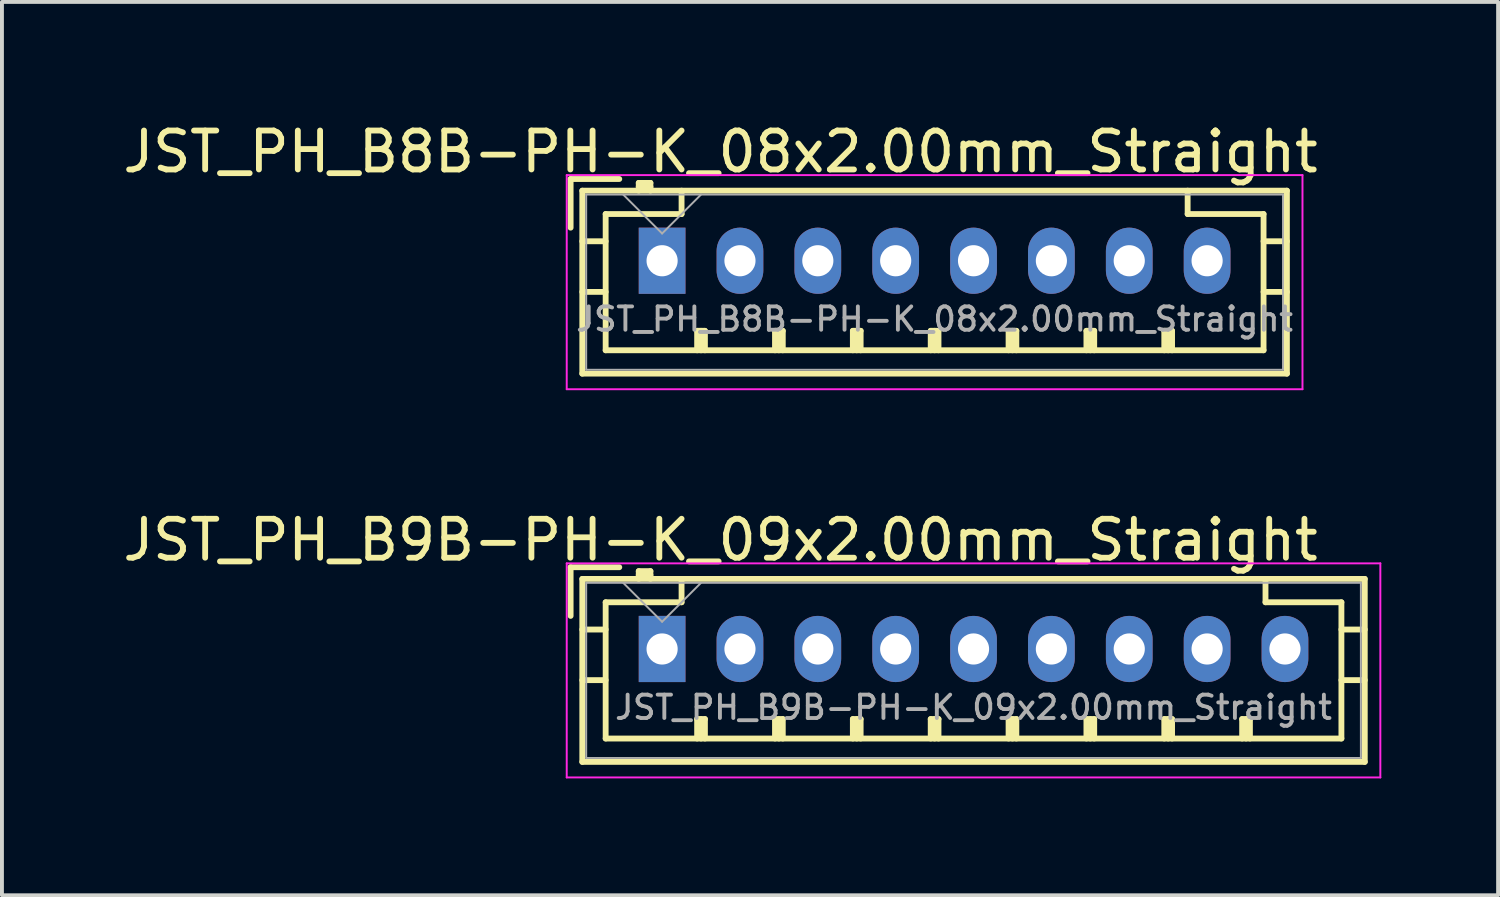
<source format=kicad_pcb>
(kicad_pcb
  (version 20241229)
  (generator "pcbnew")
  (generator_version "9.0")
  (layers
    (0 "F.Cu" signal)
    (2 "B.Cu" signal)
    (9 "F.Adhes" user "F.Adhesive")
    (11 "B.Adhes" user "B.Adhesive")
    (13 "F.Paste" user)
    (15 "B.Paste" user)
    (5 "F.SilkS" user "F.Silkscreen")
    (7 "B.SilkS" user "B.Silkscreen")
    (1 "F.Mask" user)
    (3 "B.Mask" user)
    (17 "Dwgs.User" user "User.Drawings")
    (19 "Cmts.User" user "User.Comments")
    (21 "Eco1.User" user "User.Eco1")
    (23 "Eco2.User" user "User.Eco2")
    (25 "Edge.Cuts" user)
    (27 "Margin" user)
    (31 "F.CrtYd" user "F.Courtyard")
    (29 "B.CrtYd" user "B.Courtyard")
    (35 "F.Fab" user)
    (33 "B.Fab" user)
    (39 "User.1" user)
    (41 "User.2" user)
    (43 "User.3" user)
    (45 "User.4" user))
  (footprint "JST_PH_B9B-PH-K_09x2.00mm_Straight"
    (layer "F.Cu")
    (at 13.958 13.621)
    (property "Reference" "JST_PH_B9B-PH-K_09x2.00mm_Straight" (at 8 1.5 0) (layer "F.Fab") (effects (font (size 0.6 0.6) (thickness 0.1))))
    (attr through_hole)
    (fp_line (start -2.35 -2.1) (end -2.35 -0.85) (stroke (width 0.15) (type solid)) (layer "F.SilkS"))
    (fp_line (start -2.05 -1.8) (end -2.05 2.9) (stroke (width 0.15) (type solid)) (layer "F.SilkS"))
    (fp_line (start -2.05 -0.5) (end -1.45 -0.5) (stroke (width 0.15) (type solid)) (layer "F.SilkS"))
    (fp_line (start -2.05 0.8) (end -1.45 0.8) (stroke (width 0.15) (type solid)) (layer "F.SilkS"))
    (fp_line (start -2.05 2.9) (end 18.05 2.9) (stroke (width 0.15) (type solid)) (layer "F.SilkS"))
    (fp_line (start -1.45 -1.2) (end -1.45 2.3) (stroke (width 0.15) (type solid)) (layer "F.SilkS"))
    (fp_line (start -1.45 2.3) (end 17.45 2.3) (stroke (width 0.15) (type solid)) (layer "F.SilkS"))
    (fp_line (start -1.1 -2.1) (end -2.35 -2.1) (stroke (width 0.15) (type solid)) (layer "F.SilkS"))
    (fp_line (start -0.6 -2) (end -0.6 -1.8) (stroke (width 0.15) (type solid)) (layer "F.SilkS"))
    (fp_line (start -0.3 -2) (end -0.6 -2) (stroke (width 0.15) (type solid)) (layer "F.SilkS"))
    (fp_line (start -0.3 -1.9) (end -0.6 -1.9) (stroke (width 0.15) (type solid)) (layer "F.SilkS"))
    (fp_line (start -0.3 -1.8) (end -0.3 -2) (stroke (width 0.15) (type solid)) (layer "F.SilkS"))
    (fp_line (start 0.5 -1.8) (end 0.5 -1.2) (stroke (width 0.15) (type solid)) (layer "F.SilkS"))
    (fp_line (start 0.5 -1.2) (end -1.45 -1.2) (stroke (width 0.15) (type solid)) (layer "F.SilkS"))
    (fp_line (start 0.9 1.8) (end 1.1 1.8) (stroke (width 0.15) (type solid)) (layer "F.SilkS"))
    (fp_line (start 0.9 2.3) (end 0.9 1.8) (stroke (width 0.15) (type solid)) (layer "F.SilkS"))
    (fp_line (start 1 2.3) (end 1 1.8) (stroke (width 0.15) (type solid)) (layer "F.SilkS"))
    (fp_line (start 1.1 1.8) (end 1.1 2.3) (stroke (width 0.15) (type solid)) (layer "F.SilkS"))
    (fp_line (start 2.9 1.8) (end 3.1 1.8) (stroke (width 0.15) (type solid)) (layer "F.SilkS"))
    (fp_line (start 2.9 2.3) (end 2.9 1.8) (stroke (width 0.15) (type solid)) (layer "F.SilkS"))
    (fp_line (start 3 2.3) (end 3 1.8) (stroke (width 0.15) (type solid)) (layer "F.SilkS"))
    (fp_line (start 3.1 1.8) (end 3.1 2.3) (stroke (width 0.15) (type solid)) (layer "F.SilkS"))
    (fp_line (start 4.9 1.8) (end 5.1 1.8) (stroke (width 0.15) (type solid)) (layer "F.SilkS"))
    (fp_line (start 4.9 2.3) (end 4.9 1.8) (stroke (width 0.15) (type solid)) (layer "F.SilkS"))
    (fp_line (start 5 2.3) (end 5 1.8) (stroke (width 0.15) (type solid)) (layer "F.SilkS"))
    (fp_line (start 5.1 1.8) (end 5.1 2.3) (stroke (width 0.15) (type solid)) (layer "F.SilkS"))
    (fp_line (start 6.9 1.8) (end 7.1 1.8) (stroke (width 0.15) (type solid)) (layer "F.SilkS"))
    (fp_line (start 6.9 2.3) (end 6.9 1.8) (stroke (width 0.15) (type solid)) (layer "F.SilkS"))
    (fp_line (start 7 2.3) (end 7 1.8) (stroke (width 0.15) (type solid)) (layer "F.SilkS"))
    (fp_line (start 7.1 1.8) (end 7.1 2.3) (stroke (width 0.15) (type solid)) (layer "F.SilkS"))
    (fp_line (start 8.9 1.8) (end 9.1 1.8) (stroke (width 0.15) (type solid)) (layer "F.SilkS"))
    (fp_line (start 8.9 2.3) (end 8.9 1.8) (stroke (width 0.15) (type solid)) (layer "F.SilkS"))
    (fp_line (start 9 2.3) (end 9 1.8) (stroke (width 0.15) (type solid)) (layer "F.SilkS"))
    (fp_line (start 9.1 1.8) (end 9.1 2.3) (stroke (width 0.15) (type solid)) (layer "F.SilkS"))
    (fp_line (start 10.9 1.8) (end 11.1 1.8) (stroke (width 0.15) (type solid)) (layer "F.SilkS"))
    (fp_line (start 10.9 2.3) (end 10.9 1.8) (stroke (width 0.15) (type solid)) (layer "F.SilkS"))
    (fp_line (start 11 2.3) (end 11 1.8) (stroke (width 0.15) (type solid)) (layer "F.SilkS"))
    (fp_line (start 11.1 1.8) (end 11.1 2.3) (stroke (width 0.15) (type solid)) (layer "F.SilkS"))
    (fp_line (start 12.9 1.8) (end 13.1 1.8) (stroke (width 0.15) (type solid)) (layer "F.SilkS"))
    (fp_line (start 12.9 2.3) (end 12.9 1.8) (stroke (width 0.15) (type solid)) (layer "F.SilkS"))
    (fp_line (start 13 2.3) (end 13 1.8) (stroke (width 0.15) (type solid)) (layer "F.SilkS"))
    (fp_line (start 13.1 1.8) (end 13.1 2.3) (stroke (width 0.15) (type solid)) (layer "F.SilkS"))
    (fp_line (start 14.9 1.8) (end 15.1 1.8) (stroke (width 0.15) (type solid)) (layer "F.SilkS"))
    (fp_line (start 14.9 2.3) (end 14.9 1.8) (stroke (width 0.15) (type solid)) (layer "F.SilkS"))
    (fp_line (start 15 2.3) (end 15 1.8) (stroke (width 0.15) (type solid)) (layer "F.SilkS"))
    (fp_line (start 15.1 1.8) (end 15.1 2.3) (stroke (width 0.15) (type solid)) (layer "F.SilkS"))
    (fp_line (start 15.5 -1.2) (end 15.5 -1.8) (stroke (width 0.15) (type solid)) (layer "F.SilkS"))
    (fp_line (start 17.45 -1.2) (end 15.5 -1.2) (stroke (width 0.15) (type solid)) (layer "F.SilkS"))
    (fp_line (start 17.45 2.3) (end 17.45 -1.2) (stroke (width 0.15) (type solid)) (layer "F.SilkS"))
    (fp_line (start 18.05 -1.8) (end -2.05 -1.8) (stroke (width 0.15) (type solid)) (layer "F.SilkS"))
    (fp_line (start 18.05 -0.5) (end 17.45 -0.5) (stroke (width 0.15) (type solid)) (layer "F.SilkS"))
    (fp_line (start 18.05 0.8) (end 17.45 0.8) (stroke (width 0.15) (type solid)) (layer "F.SilkS"))
    (fp_line (start 18.05 2.9) (end 18.05 -1.8) (stroke (width 0.15) (type solid)) (layer "F.SilkS"))
    (fp_line (start -2.45 -2.2) (end -2.45 3.3) (stroke (width 0.05) (type solid)) (layer "F.CrtYd"))
    (fp_line (start -2.45 3.3) (end 18.45 3.3) (stroke (width 0.05) (type solid)) (layer "F.CrtYd"))
    (fp_line (start 18.45 -2.2) (end -2.45 -2.2) (stroke (width 0.05) (type solid)) (layer "F.CrtYd"))
    (fp_line (start 18.45 3.3) (end 18.45 -2.2) (stroke (width 0.05) (type solid)) (layer "F.CrtYd"))
    (fp_line (start -1.95 -1.7) (end -1.95 2.8) (stroke (width 0.05) (type solid)) (layer "F.Fab"))
    (fp_line (start -1.95 2.8) (end 17.95 2.8) (stroke (width 0.05) (type solid)) (layer "F.Fab"))
    (fp_line (start -1 -1.7) (end 0 -0.7) (stroke (width 0.05) (type solid)) (layer "F.Fab"))
    (fp_line (start 0 -0.7) (end 1 -1.7) (stroke (width 0.05) (type solid)) (layer "F.Fab"))
    (fp_line (start 17.95 -1.7) (end -1.95 -1.7) (stroke (width 0.05) (type solid)) (layer "F.Fab"))
    (fp_line (start 17.95 2.8) (end 17.95 -1.7) (stroke (width 0.05) (type solid)) (layer "F.Fab"))
    (fp_text user "${REFERENCE}" (at 1.5 -2.8 0) (layer "F.SilkS") (effects (font (size 1 1) (thickness 0.15))))
    (pad "1" thru_hole rect (at 0 0) (size 1.2 1.7) (drill 0.8) (layers "*.Cu" "*.Mask"))
    (pad "2" thru_hole oval (at 2 0) (size 1.2 1.7) (drill 0.8) (layers "*.Cu" "*.Mask"))
    (pad "3" thru_hole oval (at 4 0) (size 1.2 1.7) (drill 0.8) (layers "*.Cu" "*.Mask"))
    (pad "4" thru_hole oval (at 6 0) (size 1.2 1.7) (drill 0.8) (layers "*.Cu" "*.Mask"))
    (pad "5" thru_hole oval (at 8 0) (size 1.2 1.7) (drill 0.8) (layers "*.Cu" "*.Mask"))
    (pad "6" thru_hole oval (at 10 0) (size 1.2 1.7) (drill 0.8) (layers "*.Cu" "*.Mask"))
    (pad "7" thru_hole oval (at 12 0) (size 1.2 1.7) (drill 0.8) (layers "*.Cu" "*.Mask"))
    (pad "8" thru_hole oval (at 14 0) (size 1.2 1.7) (drill 0.8) (layers "*.Cu" "*.Mask"))
    (pad "9" thru_hole oval (at 16 0) (size 1.2 1.7) (drill 0.8) (layers "*.Cu" "*.Mask")))
  (footprint "JST_PH_B8B-PH-K_08x2.00mm_Straight"
    (layer "F.Cu")
    (at 13.958 3.648)
    (property "Reference" "JST_PH_B8B-PH-K_08x2.00mm_Straight" (at 7 1.5 0) (layer "F.Fab") (effects (font (size 0.6 0.6) (thickness 0.1))))
    (attr through_hole)
    (fp_line (start -2.35 -2.1) (end -2.35 -0.85) (stroke (width 0.15) (type solid)) (layer "F.SilkS"))
    (fp_line (start -2.05 -1.8) (end -2.05 2.9) (stroke (width 0.15) (type solid)) (layer "F.SilkS"))
    (fp_line (start -2.05 -0.5) (end -1.45 -0.5) (stroke (width 0.15) (type solid)) (layer "F.SilkS"))
    (fp_line (start -2.05 0.8) (end -1.45 0.8) (stroke (width 0.15) (type solid)) (layer "F.SilkS"))
    (fp_line (start -2.05 2.9) (end 16.05 2.9) (stroke (width 0.15) (type solid)) (layer "F.SilkS"))
    (fp_line (start -1.45 -1.2) (end -1.45 2.3) (stroke (width 0.15) (type solid)) (layer "F.SilkS"))
    (fp_line (start -1.45 2.3) (end 15.45 2.3) (stroke (width 0.15) (type solid)) (layer "F.SilkS"))
    (fp_line (start -1.1 -2.1) (end -2.35 -2.1) (stroke (width 0.15) (type solid)) (layer "F.SilkS"))
    (fp_line (start -0.6 -2) (end -0.6 -1.8) (stroke (width 0.15) (type solid)) (layer "F.SilkS"))
    (fp_line (start -0.3 -2) (end -0.6 -2) (stroke (width 0.15) (type solid)) (layer "F.SilkS"))
    (fp_line (start -0.3 -1.9) (end -0.6 -1.9) (stroke (width 0.15) (type solid)) (layer "F.SilkS"))
    (fp_line (start -0.3 -1.8) (end -0.3 -2) (stroke (width 0.15) (type solid)) (layer "F.SilkS"))
    (fp_line (start 0.5 -1.8) (end 0.5 -1.2) (stroke (width 0.15) (type solid)) (layer "F.SilkS"))
    (fp_line (start 0.5 -1.2) (end -1.45 -1.2) (stroke (width 0.15) (type solid)) (layer "F.SilkS"))
    (fp_line (start 0.9 1.8) (end 1.1 1.8) (stroke (width 0.15) (type solid)) (layer "F.SilkS"))
    (fp_line (start 0.9 2.3) (end 0.9 1.8) (stroke (width 0.15) (type solid)) (layer "F.SilkS"))
    (fp_line (start 1 2.3) (end 1 1.8) (stroke (width 0.15) (type solid)) (layer "F.SilkS"))
    (fp_line (start 1.1 1.8) (end 1.1 2.3) (stroke (width 0.15) (type solid)) (layer "F.SilkS"))
    (fp_line (start 2.9 1.8) (end 3.1 1.8) (stroke (width 0.15) (type solid)) (layer "F.SilkS"))
    (fp_line (start 2.9 2.3) (end 2.9 1.8) (stroke (width 0.15) (type solid)) (layer "F.SilkS"))
    (fp_line (start 3 2.3) (end 3 1.8) (stroke (width 0.15) (type solid)) (layer "F.SilkS"))
    (fp_line (start 3.1 1.8) (end 3.1 2.3) (stroke (width 0.15) (type solid)) (layer "F.SilkS"))
    (fp_line (start 4.9 1.8) (end 5.1 1.8) (stroke (width 0.15) (type solid)) (layer "F.SilkS"))
    (fp_line (start 4.9 2.3) (end 4.9 1.8) (stroke (width 0.15) (type solid)) (layer "F.SilkS"))
    (fp_line (start 5 2.3) (end 5 1.8) (stroke (width 0.15) (type solid)) (layer "F.SilkS"))
    (fp_line (start 5.1 1.8) (end 5.1 2.3) (stroke (width 0.15) (type solid)) (layer "F.SilkS"))
    (fp_line (start 6.9 1.8) (end 7.1 1.8) (stroke (width 0.15) (type solid)) (layer "F.SilkS"))
    (fp_line (start 6.9 2.3) (end 6.9 1.8) (stroke (width 0.15) (type solid)) (layer "F.SilkS"))
    (fp_line (start 7 2.3) (end 7 1.8) (stroke (width 0.15) (type solid)) (layer "F.SilkS"))
    (fp_line (start 7.1 1.8) (end 7.1 2.3) (stroke (width 0.15) (type solid)) (layer "F.SilkS"))
    (fp_line (start 8.9 1.8) (end 9.1 1.8) (stroke (width 0.15) (type solid)) (layer "F.SilkS"))
    (fp_line (start 8.9 2.3) (end 8.9 1.8) (stroke (width 0.15) (type solid)) (layer "F.SilkS"))
    (fp_line (start 9 2.3) (end 9 1.8) (stroke (width 0.15) (type solid)) (layer "F.SilkS"))
    (fp_line (start 9.1 1.8) (end 9.1 2.3) (stroke (width 0.15) (type solid)) (layer "F.SilkS"))
    (fp_line (start 10.9 1.8) (end 11.1 1.8) (stroke (width 0.15) (type solid)) (layer "F.SilkS"))
    (fp_line (start 10.9 2.3) (end 10.9 1.8) (stroke (width 0.15) (type solid)) (layer "F.SilkS"))
    (fp_line (start 11 2.3) (end 11 1.8) (stroke (width 0.15) (type solid)) (layer "F.SilkS"))
    (fp_line (start 11.1 1.8) (end 11.1 2.3) (stroke (width 0.15) (type solid)) (layer "F.SilkS"))
    (fp_line (start 12.9 1.8) (end 13.1 1.8) (stroke (width 0.15) (type solid)) (layer "F.SilkS"))
    (fp_line (start 12.9 2.3) (end 12.9 1.8) (stroke (width 0.15) (type solid)) (layer "F.SilkS"))
    (fp_line (start 13 2.3) (end 13 1.8) (stroke (width 0.15) (type solid)) (layer "F.SilkS"))
    (fp_line (start 13.1 1.8) (end 13.1 2.3) (stroke (width 0.15) (type solid)) (layer "F.SilkS"))
    (fp_line (start 13.5 -1.2) (end 13.5 -1.8) (stroke (width 0.15) (type solid)) (layer "F.SilkS"))
    (fp_line (start 15.45 -1.2) (end 13.5 -1.2) (stroke (width 0.15) (type solid)) (layer "F.SilkS"))
    (fp_line (start 15.45 2.3) (end 15.45 -1.2) (stroke (width 0.15) (type solid)) (layer "F.SilkS"))
    (fp_line (start 16.05 -1.8) (end -2.05 -1.8) (stroke (width 0.15) (type solid)) (layer "F.SilkS"))
    (fp_line (start 16.05 -0.5) (end 15.45 -0.5) (stroke (width 0.15) (type solid)) (layer "F.SilkS"))
    (fp_line (start 16.05 0.8) (end 15.45 0.8) (stroke (width 0.15) (type solid)) (layer "F.SilkS"))
    (fp_line (start 16.05 2.9) (end 16.05 -1.8) (stroke (width 0.15) (type solid)) (layer "F.SilkS"))
    (fp_line (start -2.45 -2.2) (end -2.45 3.3) (stroke (width 0.05) (type solid)) (layer "F.CrtYd"))
    (fp_line (start -2.45 3.3) (end 16.45 3.3) (stroke (width 0.05) (type solid)) (layer "F.CrtYd"))
    (fp_line (start 16.45 -2.2) (end -2.45 -2.2) (stroke (width 0.05) (type solid)) (layer "F.CrtYd"))
    (fp_line (start 16.45 3.3) (end 16.45 -2.2) (stroke (width 0.05) (type solid)) (layer "F.CrtYd"))
    (fp_line (start -1.95 -1.7) (end -1.95 2.8) (stroke (width 0.05) (type solid)) (layer "F.Fab"))
    (fp_line (start -1.95 2.8) (end 15.95 2.8) (stroke (width 0.05) (type solid)) (layer "F.Fab"))
    (fp_line (start -1 -1.7) (end 0 -0.7) (stroke (width 0.05) (type solid)) (layer "F.Fab"))
    (fp_line (start 0 -0.7) (end 1 -1.7) (stroke (width 0.05) (type solid)) (layer "F.Fab"))
    (fp_line (start 15.95 -1.7) (end -1.95 -1.7) (stroke (width 0.05) (type solid)) (layer "F.Fab"))
    (fp_line (start 15.95 2.8) (end 15.95 -1.7) (stroke (width 0.05) (type solid)) (layer "F.Fab"))
    (fp_text user "${REFERENCE}" (at 1.5 -2.8 0) (layer "F.SilkS") (effects (font (size 1 1) (thickness 0.15))))
    (pad "1" thru_hole rect (at 0 0) (size 1.2 1.7) (drill 0.8) (layers "*.Cu" "*.Mask"))
    (pad "2" thru_hole oval (at 2 0) (size 1.2 1.7) (drill 0.8) (layers "*.Cu" "*.Mask"))
    (pad "3" thru_hole oval (at 4 0) (size 1.2 1.7) (drill 0.8) (layers "*.Cu" "*.Mask"))
    (pad "4" thru_hole oval (at 6 0) (size 1.2 1.7) (drill 0.8) (layers "*.Cu" "*.Mask"))
    (pad "5" thru_hole oval (at 8 0) (size 1.2 1.7) (drill 0.8) (layers "*.Cu" "*.Mask"))
    (pad "6" thru_hole oval (at 10 0) (size 1.2 1.7) (drill 0.8) (layers "*.Cu" "*.Mask"))
    (pad "7" thru_hole oval (at 12 0) (size 1.2 1.7) (drill 0.8) (layers "*.Cu" "*.Mask"))
    (pad "8" thru_hole oval (at 14 0) (size 1.2 1.7) (drill 0.8) (layers "*.Cu" "*.Mask")))
  (gr_rect
    (start -3 -3)
    (end 35.433 19.947)
    (stroke (width 0.1) (type default))
    (fill no)
    (layer "Edge.Cuts")))
</source>
